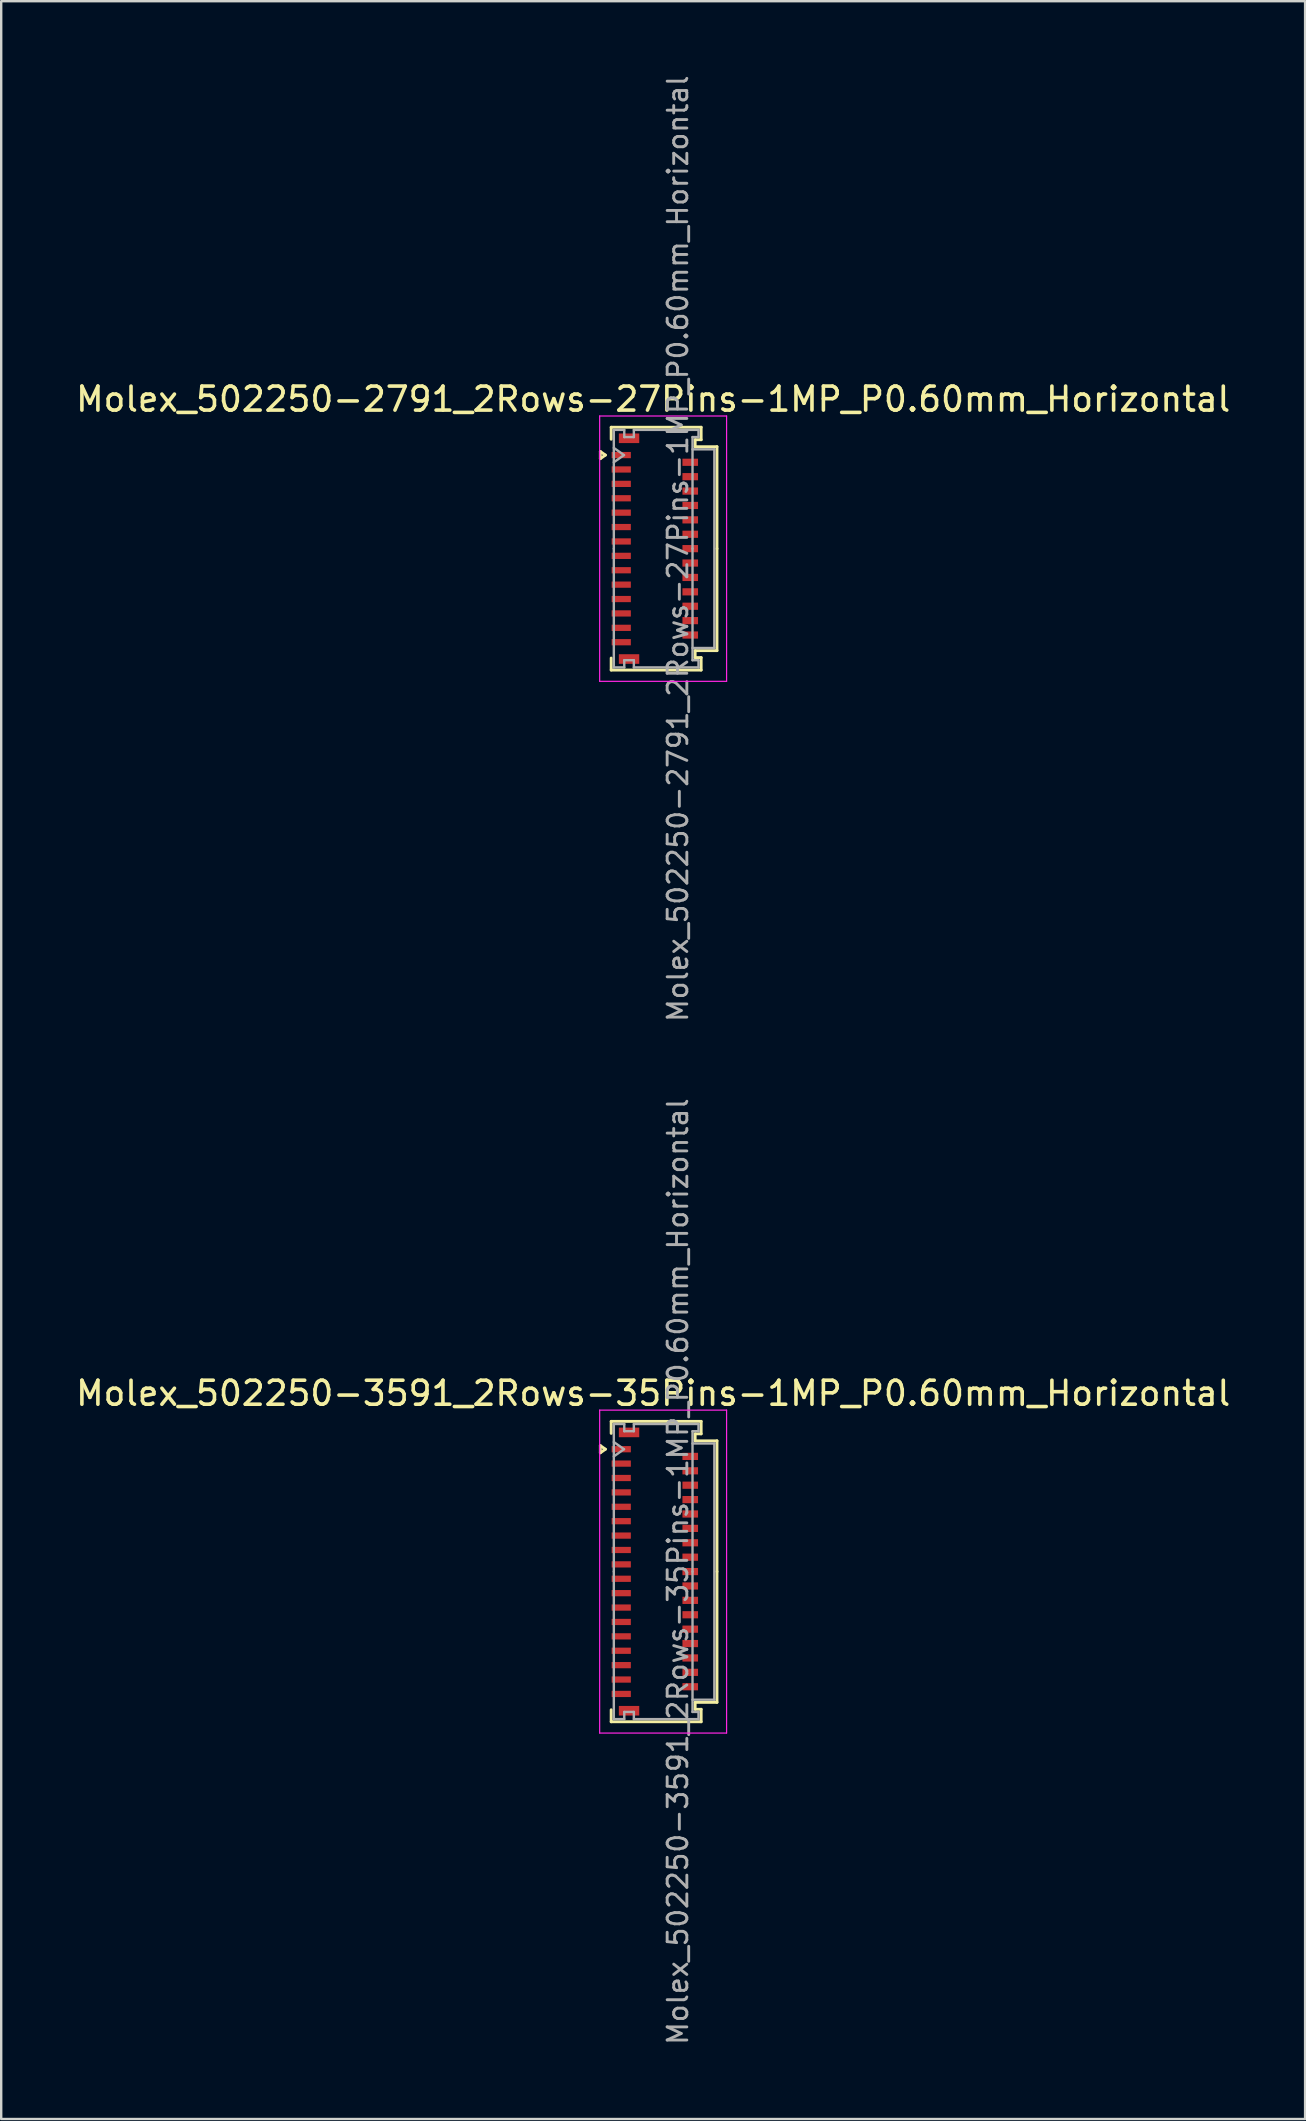
<source format=kicad_pcb>
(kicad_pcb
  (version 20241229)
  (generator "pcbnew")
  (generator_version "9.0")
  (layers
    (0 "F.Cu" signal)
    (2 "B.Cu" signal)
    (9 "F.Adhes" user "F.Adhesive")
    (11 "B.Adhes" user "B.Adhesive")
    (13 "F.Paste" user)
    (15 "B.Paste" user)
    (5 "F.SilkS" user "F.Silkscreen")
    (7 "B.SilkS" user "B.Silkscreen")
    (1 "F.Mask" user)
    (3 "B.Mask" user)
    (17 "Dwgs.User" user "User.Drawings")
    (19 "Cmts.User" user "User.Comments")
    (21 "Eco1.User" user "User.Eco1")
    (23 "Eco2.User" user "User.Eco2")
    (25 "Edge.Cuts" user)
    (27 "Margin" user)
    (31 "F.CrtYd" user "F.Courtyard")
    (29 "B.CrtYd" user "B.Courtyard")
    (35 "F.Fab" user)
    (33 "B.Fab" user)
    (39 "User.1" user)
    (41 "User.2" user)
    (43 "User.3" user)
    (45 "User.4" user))
  (footprint "Molex_502250-3591_2Rows-35Pins-1MP_P0.60mm_Horizontal"
    (layer "F.Cu")
    (at 24.243 62.451)
    (property "Reference" "Molex_502250-3591_2Rows-35Pins-1MP_P0.60mm_Horizontal" (at -0.07 -7.43 0) (layer "F.SilkS") (effects (font (size 1 1) (thickness 0.15))))
    (attr smd)
    (fp_line (start -2.272 -5.25) (end -2.06 -5.1) (stroke (width 0.12) (type solid)) (layer "F.SilkS"))
    (fp_line (start -2.272 -4.95) (end -2.272 -5.25) (stroke (width 0.12) (type solid)) (layer "F.SilkS"))
    (fp_line (start -2.06 -5.1) (end -2.272 -4.95) (stroke (width 0.12) (type solid)) (layer "F.SilkS"))
    (fp_line (start -1.82 -6.26) (end 1.93 -6.26) (stroke (width 0.12) (type solid)) (layer "F.SilkS"))
    (fp_line (start -1.82 -5.76) (end -1.82 -6.26) (stroke (width 0.12) (type solid)) (layer "F.SilkS"))
    (fp_line (start -1.82 5.76) (end -1.82 6.26) (stroke (width 0.12) (type solid)) (layer "F.SilkS"))
    (fp_line (start -1.82 6.26) (end 1.93 6.26) (stroke (width 0.12) (type solid)) (layer "F.SilkS"))
    (fp_line (start 1.68 -5.74) (end 1.68 -5.45) (stroke (width 0.12) (type solid)) (layer "F.SilkS"))
    (fp_line (start 1.68 -5.45) (end 2.59 -5.45) (stroke (width 0.12) (type solid)) (layer "F.SilkS"))
    (fp_line (start 1.68 5.45) (end 2.59 5.45) (stroke (width 0.12) (type solid)) (layer "F.SilkS"))
    (fp_line (start 1.68 5.74) (end 1.68 5.45) (stroke (width 0.12) (type solid)) (layer "F.SilkS"))
    (fp_line (start 1.93 -6.26) (end 1.93 -5.74) (stroke (width 0.12) (type solid)) (layer "F.SilkS"))
    (fp_line (start 1.93 -5.74) (end 1.68 -5.74) (stroke (width 0.12) (type solid)) (layer "F.SilkS"))
    (fp_line (start 1.93 5.74) (end 1.68 5.74) (stroke (width 0.12) (type solid)) (layer "F.SilkS"))
    (fp_line (start 1.93 6.26) (end 1.93 5.74) (stroke (width 0.12) (type solid)) (layer "F.SilkS"))
    (fp_line (start 2.59 -5.45) (end 2.59 0) (stroke (width 0.12) (type solid)) (layer "F.SilkS"))
    (fp_line (start 2.59 5.45) (end 2.59 0) (stroke (width 0.12) (type solid)) (layer "F.SilkS"))
    (fp_line (start -2.3 -6.73) (end -2.3 6.73) (stroke (width 0.05) (type solid)) (layer "F.CrtYd"))
    (fp_line (start -2.3 6.73) (end 2.99 6.73) (stroke (width 0.05) (type solid)) (layer "F.CrtYd"))
    (fp_line (start 2.99 -6.73) (end -2.3 -6.73) (stroke (width 0.05) (type solid)) (layer "F.CrtYd"))
    (fp_line (start 2.99 6.73) (end 2.99 -6.73) (stroke (width 0.05) (type solid)) (layer "F.CrtYd"))
    (fp_line (start -1.71 -6.15) (end -1.275 -6.15) (stroke (width 0.1) (type solid)) (layer "F.Fab"))
    (fp_line (start -1.71 -5.4) (end -1.286 -5.1) (stroke (width 0.1) (type solid)) (layer "F.Fab"))
    (fp_line (start -1.71 0) (end -1.71 -6.15) (stroke (width 0.1) (type solid)) (layer "F.Fab"))
    (fp_line (start -1.71 0) (end -1.71 6.15) (stroke (width 0.1) (type solid)) (layer "F.Fab"))
    (fp_line (start -1.71 6.15) (end -1.275 6.15) (stroke (width 0.1) (type solid)) (layer "F.Fab"))
    (fp_line (start -1.286 -5.1) (end -1.71 -4.8) (stroke (width 0.1) (type solid)) (layer "F.Fab"))
    (fp_line (start -1.275 -6.15) (end -1.275 -5.85) (stroke (width 0.1) (type solid)) (layer "F.Fab"))
    (fp_line (start -1.275 -5.85) (end -0.875 -5.85) (stroke (width 0.1) (type solid)) (layer "F.Fab"))
    (fp_line (start -1.275 5.85) (end -0.875 5.85) (stroke (width 0.1) (type solid)) (layer "F.Fab"))
    (fp_line (start -1.275 6.15) (end -1.275 5.85) (stroke (width 0.1) (type solid)) (layer "F.Fab"))
    (fp_line (start -0.875 -6.15) (end 1.82 -6.15) (stroke (width 0.1) (type solid)) (layer "F.Fab"))
    (fp_line (start -0.875 -5.85) (end -0.875 -6.15) (stroke (width 0.1) (type solid)) (layer "F.Fab"))
    (fp_line (start -0.875 5.85) (end -0.875 6.15) (stroke (width 0.1) (type solid)) (layer "F.Fab"))
    (fp_line (start -0.875 6.15) (end 1.82 6.15) (stroke (width 0.1) (type solid)) (layer "F.Fab"))
    (fp_line (start 1.57 -5.85) (end 1.57 0) (stroke (width 0.1) (type solid)) (layer "F.Fab"))
    (fp_line (start 1.57 -5.34) (end 2.48 -5.34) (stroke (width 0.1) (type solid)) (layer "F.Fab"))
    (fp_line (start 1.57 5.85) (end 1.57 0) (stroke (width 0.1) (type solid)) (layer "F.Fab"))
    (fp_line (start 1.82 -6.15) (end 1.82 -5.85) (stroke (width 0.1) (type solid)) (layer "F.Fab"))
    (fp_line (start 1.82 -5.85) (end 1.57 -5.85) (stroke (width 0.1) (type solid)) (layer "F.Fab"))
    (fp_line (start 1.82 5.85) (end 1.57 5.85) (stroke (width 0.1) (type solid)) (layer "F.Fab"))
    (fp_line (start 1.82 6.15) (end 1.82 5.85) (stroke (width 0.1) (type solid)) (layer "F.Fab"))
    (fp_line (start 2.48 -5.34) (end 2.48 5.34) (stroke (width 0.1) (type solid)) (layer "F.Fab"))
    (fp_line (start 2.48 5.34) (end 1.57 5.34) (stroke (width 0.1) (type solid)) (layer "F.Fab"))
    (fp_text user "${REFERENCE}" (at 0.96 0 90) (layer "F.Fab") (effects (font (size 0.82 0.82) (thickness 0.12))))
    (pad "1" smd rect (at -1.4 -5.1) (size 0.8 0.26) (layers "F.Cu" "F.Mask" "F.Paste"))
    (pad "2" smd rect (at 1.475 -4.8) (size 0.65 0.3) (layers "F.Cu" "F.Mask" "F.Paste"))
    (pad "3" smd rect (at -1.4 -4.5) (size 0.8 0.26) (layers "F.Cu" "F.Mask" "F.Paste"))
    (pad "4" smd rect (at 1.475 -4.2) (size 0.65 0.3) (layers "F.Cu" "F.Mask" "F.Paste"))
    (pad "5" smd rect (at -1.4 -3.9) (size 0.8 0.26) (layers "F.Cu" "F.Mask" "F.Paste"))
    (pad "6" smd rect (at 1.475 -3.6) (size 0.65 0.3) (layers "F.Cu" "F.Mask" "F.Paste"))
    (pad "7" smd rect (at -1.4 -3.3) (size 0.8 0.26) (layers "F.Cu" "F.Mask" "F.Paste"))
    (pad "8" smd rect (at 1.475 -3) (size 0.65 0.3) (layers "F.Cu" "F.Mask" "F.Paste"))
    (pad "9" smd rect (at -1.4 -2.7) (size 0.8 0.26) (layers "F.Cu" "F.Mask" "F.Paste"))
    (pad "10" smd rect (at 1.475 -2.4) (size 0.65 0.3) (layers "F.Cu" "F.Mask" "F.Paste"))
    (pad "11" smd rect (at -1.4 -2.1) (size 0.8 0.26) (layers "F.Cu" "F.Mask" "F.Paste"))
    (pad "12" smd rect (at 1.475 -1.8) (size 0.65 0.3) (layers "F.Cu" "F.Mask" "F.Paste"))
    (pad "13" smd rect (at -1.4 -1.5) (size 0.8 0.26) (layers "F.Cu" "F.Mask" "F.Paste"))
    (pad "14" smd rect (at 1.475 -1.2) (size 0.65 0.3) (layers "F.Cu" "F.Mask" "F.Paste"))
    (pad "15" smd rect (at -1.4 -0.9) (size 0.8 0.26) (layers "F.Cu" "F.Mask" "F.Paste"))
    (pad "16" smd rect (at 1.475 -0.6) (size 0.65 0.3) (layers "F.Cu" "F.Mask" "F.Paste"))
    (pad "17" smd rect (at -1.4 -0.3) (size 0.8 0.26) (layers "F.Cu" "F.Mask" "F.Paste"))
    (pad "18" smd rect (at 1.475 0) (size 0.65 0.3) (layers "F.Cu" "F.Mask" "F.Paste"))
    (pad "19" smd rect (at -1.4 0.3) (size 0.8 0.26) (layers "F.Cu" "F.Mask" "F.Paste"))
    (pad "20" smd rect (at 1.475 0.6) (size 0.65 0.3) (layers "F.Cu" "F.Mask" "F.Paste"))
    (pad "21" smd rect (at -1.4 0.9) (size 0.8 0.26) (layers "F.Cu" "F.Mask" "F.Paste"))
    (pad "22" smd rect (at 1.475 1.2) (size 0.65 0.3) (layers "F.Cu" "F.Mask" "F.Paste"))
    (pad "23" smd rect (at -1.4 1.5) (size 0.8 0.26) (layers "F.Cu" "F.Mask" "F.Paste"))
    (pad "24" smd rect (at 1.475 1.8) (size 0.65 0.3) (layers "F.Cu" "F.Mask" "F.Paste"))
    (pad "25" smd rect (at -1.4 2.1) (size 0.8 0.26) (layers "F.Cu" "F.Mask" "F.Paste"))
    (pad "26" smd rect (at 1.475 2.4) (size 0.65 0.3) (layers "F.Cu" "F.Mask" "F.Paste"))
    (pad "27" smd rect (at -1.4 2.7) (size 0.8 0.26) (layers "F.Cu" "F.Mask" "F.Paste"))
    (pad "28" smd rect (at 1.475 3) (size 0.65 0.3) (layers "F.Cu" "F.Mask" "F.Paste"))
    (pad "29" smd rect (at -1.4 3.3) (size 0.8 0.26) (layers "F.Cu" "F.Mask" "F.Paste"))
    (pad "30" smd rect (at 1.475 3.6) (size 0.65 0.3) (layers "F.Cu" "F.Mask" "F.Paste"))
    (pad "31" smd rect (at -1.4 3.9) (size 0.8 0.26) (layers "F.Cu" "F.Mask" "F.Paste"))
    (pad "32" smd rect (at 1.475 4.2) (size 0.65 0.3) (layers "F.Cu" "F.Mask" "F.Paste"))
    (pad "33" smd rect (at -1.4 4.5) (size 0.8 0.26) (layers "F.Cu" "F.Mask" "F.Paste"))
    (pad "34" smd rect (at 1.475 4.8) (size 0.65 0.3) (layers "F.Cu" "F.Mask" "F.Paste"))
    (pad "35" smd rect (at -1.4 5.1) (size 0.8 0.26) (layers "F.Cu" "F.Mask" "F.Paste"))
    (pad "MP" smd rect (at -1.075 -5.8) (size 0.85 0.4) (layers "F.Cu" "F.Mask" "F.Paste"))
    (pad "MP" smd rect (at -1.075 5.8) (size 0.85 0.4) (layers "F.Cu" "F.Mask" "F.Paste")))
  (footprint "Molex_502250-2791_2Rows-27Pins-1MP_P0.60mm_Horizontal"
    (layer "F.Cu")
    (at 24.243 19.817)
    (property "Reference" "Molex_502250-2791_2Rows-27Pins-1MP_P0.60mm_Horizontal" (at -0.07 -6.23 0) (layer "F.SilkS") (effects (font (size 1 1) (thickness 0.15))))
    (attr smd)
    (fp_line (start -2.272 -4.05) (end -2.06 -3.9) (stroke (width 0.12) (type solid)) (layer "F.SilkS"))
    (fp_line (start -2.272 -3.75) (end -2.272 -4.05) (stroke (width 0.12) (type solid)) (layer "F.SilkS"))
    (fp_line (start -2.06 -3.9) (end -2.272 -3.75) (stroke (width 0.12) (type solid)) (layer "F.SilkS"))
    (fp_line (start -1.82 -5.06) (end 1.93 -5.06) (stroke (width 0.12) (type solid)) (layer "F.SilkS"))
    (fp_line (start -1.82 -4.56) (end -1.82 -5.06) (stroke (width 0.12) (type solid)) (layer "F.SilkS"))
    (fp_line (start -1.82 4.56) (end -1.82 5.06) (stroke (width 0.12) (type solid)) (layer "F.SilkS"))
    (fp_line (start -1.82 5.06) (end 1.93 5.06) (stroke (width 0.12) (type solid)) (layer "F.SilkS"))
    (fp_line (start 1.68 -4.54) (end 1.68 -4.25) (stroke (width 0.12) (type solid)) (layer "F.SilkS"))
    (fp_line (start 1.68 -4.25) (end 2.59 -4.25) (stroke (width 0.12) (type solid)) (layer "F.SilkS"))
    (fp_line (start 1.68 4.25) (end 2.59 4.25) (stroke (width 0.12) (type solid)) (layer "F.SilkS"))
    (fp_line (start 1.68 4.54) (end 1.68 4.25) (stroke (width 0.12) (type solid)) (layer "F.SilkS"))
    (fp_line (start 1.93 -5.06) (end 1.93 -4.54) (stroke (width 0.12) (type solid)) (layer "F.SilkS"))
    (fp_line (start 1.93 -4.54) (end 1.68 -4.54) (stroke (width 0.12) (type solid)) (layer "F.SilkS"))
    (fp_line (start 1.93 4.54) (end 1.68 4.54) (stroke (width 0.12) (type solid)) (layer "F.SilkS"))
    (fp_line (start 1.93 5.06) (end 1.93 4.54) (stroke (width 0.12) (type solid)) (layer "F.SilkS"))
    (fp_line (start 2.59 -4.25) (end 2.59 0) (stroke (width 0.12) (type solid)) (layer "F.SilkS"))
    (fp_line (start 2.59 4.25) (end 2.59 0) (stroke (width 0.12) (type solid)) (layer "F.SilkS"))
    (fp_line (start -2.3 -5.53) (end -2.3 5.53) (stroke (width 0.05) (type solid)) (layer "F.CrtYd"))
    (fp_line (start -2.3 5.53) (end 2.99 5.53) (stroke (width 0.05) (type solid)) (layer "F.CrtYd"))
    (fp_line (start 2.99 -5.53) (end -2.3 -5.53) (stroke (width 0.05) (type solid)) (layer "F.CrtYd"))
    (fp_line (start 2.99 5.53) (end 2.99 -5.53) (stroke (width 0.05) (type solid)) (layer "F.CrtYd"))
    (fp_line (start -1.71 -4.95) (end -1.275 -4.95) (stroke (width 0.1) (type solid)) (layer "F.Fab"))
    (fp_line (start -1.71 -4.2) (end -1.286 -3.9) (stroke (width 0.1) (type solid)) (layer "F.Fab"))
    (fp_line (start -1.71 0) (end -1.71 -4.95) (stroke (width 0.1) (type solid)) (layer "F.Fab"))
    (fp_line (start -1.71 0) (end -1.71 4.95) (stroke (width 0.1) (type solid)) (layer "F.Fab"))
    (fp_line (start -1.71 4.95) (end -1.275 4.95) (stroke (width 0.1) (type solid)) (layer "F.Fab"))
    (fp_line (start -1.286 -3.9) (end -1.71 -3.6) (stroke (width 0.1) (type solid)) (layer "F.Fab"))
    (fp_line (start -1.275 -4.95) (end -1.275 -4.65) (stroke (width 0.1) (type solid)) (layer "F.Fab"))
    (fp_line (start -1.275 -4.65) (end -0.875 -4.65) (stroke (width 0.1) (type solid)) (layer "F.Fab"))
    (fp_line (start -1.275 4.65) (end -0.875 4.65) (stroke (width 0.1) (type solid)) (layer "F.Fab"))
    (fp_line (start -1.275 4.95) (end -1.275 4.65) (stroke (width 0.1) (type solid)) (layer "F.Fab"))
    (fp_line (start -0.875 -4.95) (end 1.82 -4.95) (stroke (width 0.1) (type solid)) (layer "F.Fab"))
    (fp_line (start -0.875 -4.65) (end -0.875 -4.95) (stroke (width 0.1) (type solid)) (layer "F.Fab"))
    (fp_line (start -0.875 4.65) (end -0.875 4.95) (stroke (width 0.1) (type solid)) (layer "F.Fab"))
    (fp_line (start -0.875 4.95) (end 1.82 4.95) (stroke (width 0.1) (type solid)) (layer "F.Fab"))
    (fp_line (start 1.57 -4.65) (end 1.57 0) (stroke (width 0.1) (type solid)) (layer "F.Fab"))
    (fp_line (start 1.57 -4.14) (end 2.48 -4.14) (stroke (width 0.1) (type solid)) (layer "F.Fab"))
    (fp_line (start 1.57 4.65) (end 1.57 0) (stroke (width 0.1) (type solid)) (layer "F.Fab"))
    (fp_line (start 1.82 -4.95) (end 1.82 -4.65) (stroke (width 0.1) (type solid)) (layer "F.Fab"))
    (fp_line (start 1.82 -4.65) (end 1.57 -4.65) (stroke (width 0.1) (type solid)) (layer "F.Fab"))
    (fp_line (start 1.82 4.65) (end 1.57 4.65) (stroke (width 0.1) (type solid)) (layer "F.Fab"))
    (fp_line (start 1.82 4.95) (end 1.82 4.65) (stroke (width 0.1) (type solid)) (layer "F.Fab"))
    (fp_line (start 2.48 -4.14) (end 2.48 4.14) (stroke (width 0.1) (type solid)) (layer "F.Fab"))
    (fp_line (start 2.48 4.14) (end 1.57 4.14) (stroke (width 0.1) (type solid)) (layer "F.Fab"))
    (fp_text user "${REFERENCE}" (at 0.96 0 90) (layer "F.Fab") (effects (font (size 0.82 0.82) (thickness 0.12))))
    (pad "1" smd rect (at -1.4 -3.9) (size 0.8 0.26) (layers "F.Cu" "F.Mask" "F.Paste"))
    (pad "2" smd rect (at 1.475 -3.6) (size 0.65 0.3) (layers "F.Cu" "F.Mask" "F.Paste"))
    (pad "3" smd rect (at -1.4 -3.3) (size 0.8 0.26) (layers "F.Cu" "F.Mask" "F.Paste"))
    (pad "4" smd rect (at 1.475 -3) (size 0.65 0.3) (layers "F.Cu" "F.Mask" "F.Paste"))
    (pad "5" smd rect (at -1.4 -2.7) (size 0.8 0.26) (layers "F.Cu" "F.Mask" "F.Paste"))
    (pad "6" smd rect (at 1.475 -2.4) (size 0.65 0.3) (layers "F.Cu" "F.Mask" "F.Paste"))
    (pad "7" smd rect (at -1.4 -2.1) (size 0.8 0.26) (layers "F.Cu" "F.Mask" "F.Paste"))
    (pad "8" smd rect (at 1.475 -1.8) (size 0.65 0.3) (layers "F.Cu" "F.Mask" "F.Paste"))
    (pad "9" smd rect (at -1.4 -1.5) (size 0.8 0.26) (layers "F.Cu" "F.Mask" "F.Paste"))
    (pad "10" smd rect (at 1.475 -1.2) (size 0.65 0.3) (layers "F.Cu" "F.Mask" "F.Paste"))
    (pad "11" smd rect (at -1.4 -0.9) (size 0.8 0.26) (layers "F.Cu" "F.Mask" "F.Paste"))
    (pad "12" smd rect (at 1.475 -0.6) (size 0.65 0.3) (layers "F.Cu" "F.Mask" "F.Paste"))
    (pad "13" smd rect (at -1.4 -0.3) (size 0.8 0.26) (layers "F.Cu" "F.Mask" "F.Paste"))
    (pad "14" smd rect (at 1.475 0) (size 0.65 0.3) (layers "F.Cu" "F.Mask" "F.Paste"))
    (pad "15" smd rect (at -1.4 0.3) (size 0.8 0.26) (layers "F.Cu" "F.Mask" "F.Paste"))
    (pad "16" smd rect (at 1.475 0.6) (size 0.65 0.3) (layers "F.Cu" "F.Mask" "F.Paste"))
    (pad "17" smd rect (at -1.4 0.9) (size 0.8 0.26) (layers "F.Cu" "F.Mask" "F.Paste"))
    (pad "18" smd rect (at 1.475 1.2) (size 0.65 0.3) (layers "F.Cu" "F.Mask" "F.Paste"))
    (pad "19" smd rect (at -1.4 1.5) (size 0.8 0.26) (layers "F.Cu" "F.Mask" "F.Paste"))
    (pad "20" smd rect (at 1.475 1.8) (size 0.65 0.3) (layers "F.Cu" "F.Mask" "F.Paste"))
    (pad "21" smd rect (at -1.4 2.1) (size 0.8 0.26) (layers "F.Cu" "F.Mask" "F.Paste"))
    (pad "22" smd rect (at 1.475 2.4) (size 0.65 0.3) (layers "F.Cu" "F.Mask" "F.Paste"))
    (pad "23" smd rect (at -1.4 2.7) (size 0.8 0.26) (layers "F.Cu" "F.Mask" "F.Paste"))
    (pad "24" smd rect (at 1.475 3) (size 0.65 0.3) (layers "F.Cu" "F.Mask" "F.Paste"))
    (pad "25" smd rect (at -1.4 3.3) (size 0.8 0.26) (layers "F.Cu" "F.Mask" "F.Paste"))
    (pad "26" smd rect (at 1.475 3.6) (size 0.65 0.3) (layers "F.Cu" "F.Mask" "F.Paste"))
    (pad "27" smd rect (at -1.4 3.9) (size 0.8 0.26) (layers "F.Cu" "F.Mask" "F.Paste"))
    (pad "MP" smd rect (at -1.075 -4.6) (size 0.85 0.4) (layers "F.Cu" "F.Mask" "F.Paste"))
    (pad "MP" smd rect (at -1.075 4.6) (size 0.85 0.4) (layers "F.Cu" "F.Mask" "F.Paste")))
  (gr_rect
    (start -3 -3)
    (end 51.345 85.268)
    (stroke (width 0.1) (type default))
    (fill no)
    (layer "Edge.Cuts")))
</source>
